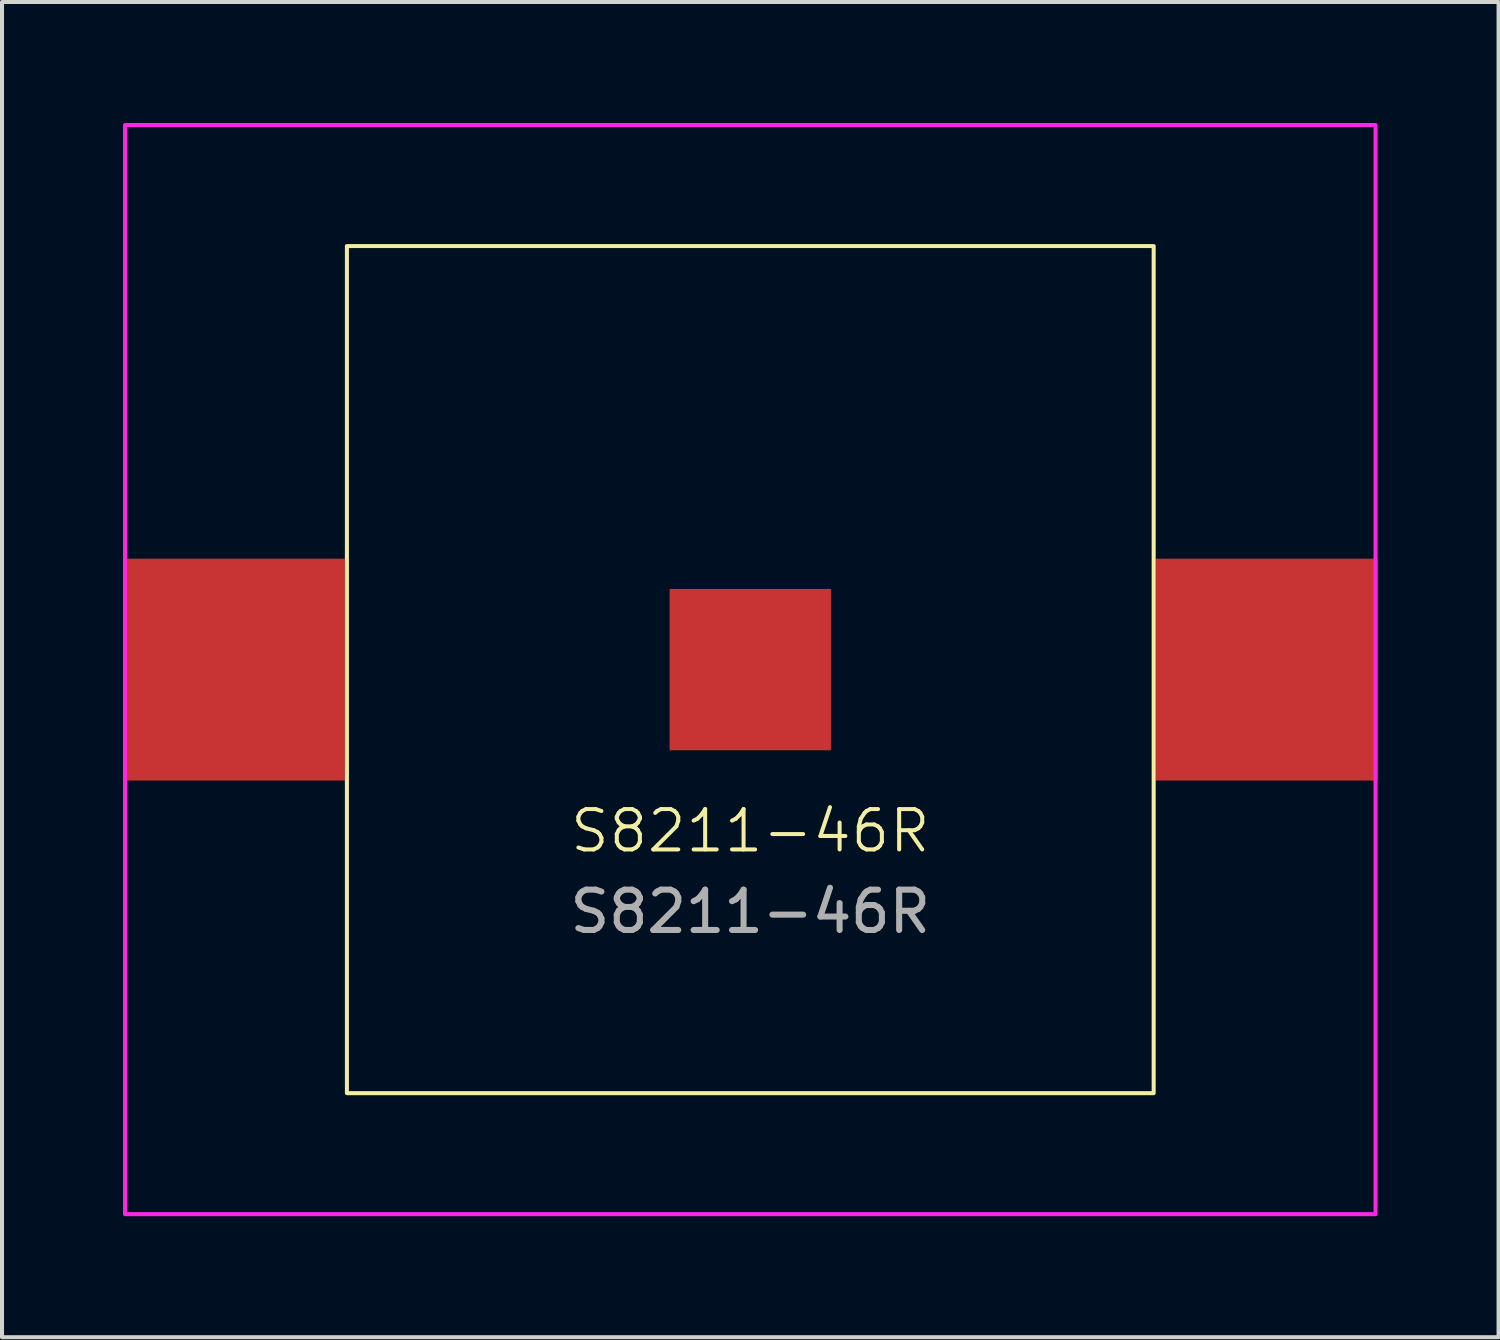
<source format=kicad_pcb>
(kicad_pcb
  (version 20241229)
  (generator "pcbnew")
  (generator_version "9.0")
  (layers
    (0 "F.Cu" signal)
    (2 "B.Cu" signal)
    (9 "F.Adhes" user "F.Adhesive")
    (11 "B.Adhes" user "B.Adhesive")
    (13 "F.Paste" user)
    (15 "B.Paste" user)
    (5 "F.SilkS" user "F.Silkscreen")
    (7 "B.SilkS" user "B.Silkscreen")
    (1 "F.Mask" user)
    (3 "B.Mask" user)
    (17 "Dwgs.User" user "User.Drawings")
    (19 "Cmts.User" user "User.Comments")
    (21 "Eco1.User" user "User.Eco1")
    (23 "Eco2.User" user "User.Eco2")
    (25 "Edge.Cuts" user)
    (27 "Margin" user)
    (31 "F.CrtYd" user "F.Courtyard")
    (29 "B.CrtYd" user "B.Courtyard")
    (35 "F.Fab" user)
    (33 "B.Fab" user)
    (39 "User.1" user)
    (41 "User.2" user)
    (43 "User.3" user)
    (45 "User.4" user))
  (footprint "S8211-46R"
    (layer "F.Cu")
    (at 15.55 13.55)
    (property "Reference" "S8211-46R" (at 0 4 0) (unlocked yes) (layer "F.SilkS") (effects (font (size 1 1) (thickness 0.1))))
    (attr smd)
    (fp_rect (start -10 -10.5) (end 10 10.5) (stroke (width 0.1) (type default)) (fill no) (layer "F.SilkS"))
    (fp_rect (start -15.5 -13.5) (end 15.5 13.5) (stroke (width 0.1) (type default)) (fill no) (layer "F.CrtYd"))
    (fp_text user "${REFERENCE}" (at 0 6 0) (unlocked yes) (layer "F.Fab") (effects (font (size 1 1) (thickness 0.15))))
    (pad "1" smd rect (at -12.8 0) (size 5.5 5.5) (layers "F.Cu" "F.Mask" "F.Paste"))
    (pad "1" smd rect (at 12.8 0) (size 5.5 5.5) (layers "F.Cu" "F.Mask" "F.Paste"))
    (pad "2" smd rect (at 0 0) (size 4 4) (layers "F.Cu" "F.Mask" "F.Paste")))
  (gr_rect
    (start -3 -3)
    (end 34.1 30.1)
    (stroke (width 0.1) (type default))
    (fill no)
    (layer "Edge.Cuts")))
</source>
